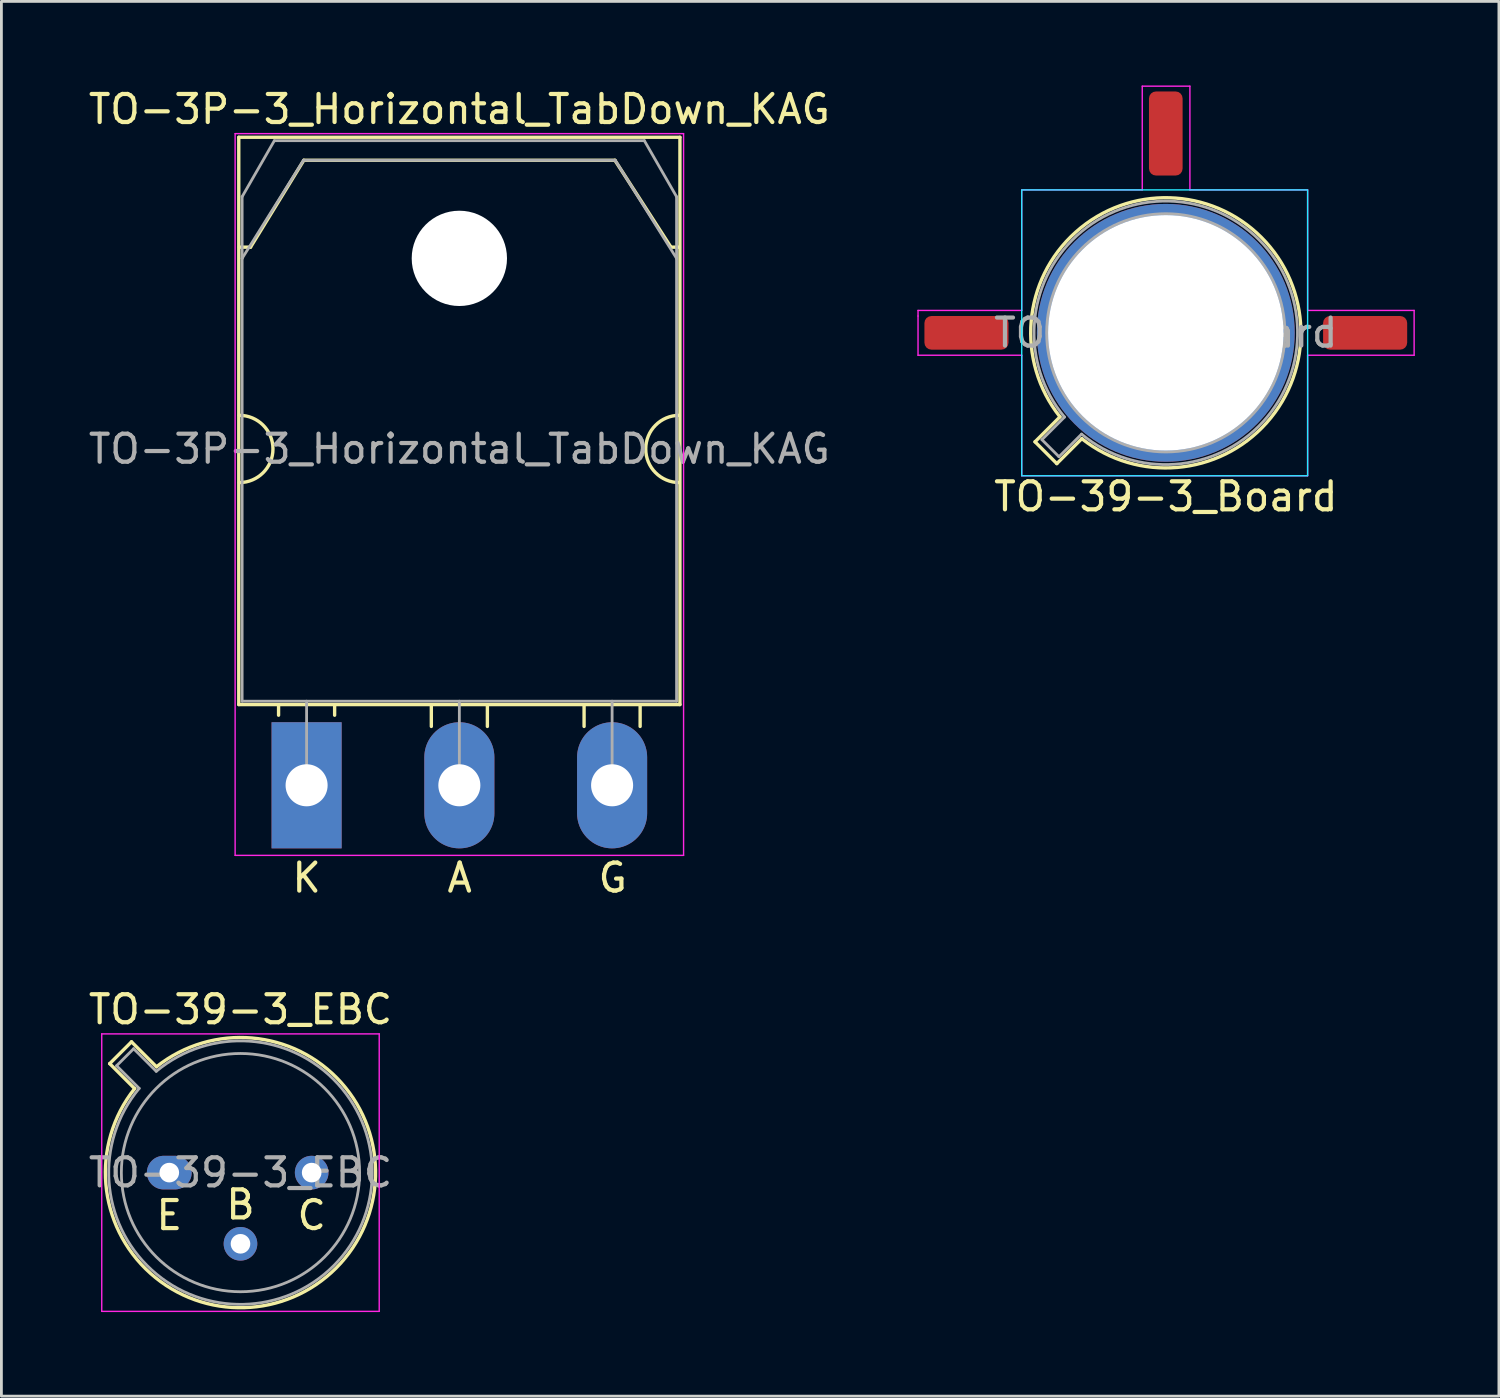
<source format=kicad_pcb>
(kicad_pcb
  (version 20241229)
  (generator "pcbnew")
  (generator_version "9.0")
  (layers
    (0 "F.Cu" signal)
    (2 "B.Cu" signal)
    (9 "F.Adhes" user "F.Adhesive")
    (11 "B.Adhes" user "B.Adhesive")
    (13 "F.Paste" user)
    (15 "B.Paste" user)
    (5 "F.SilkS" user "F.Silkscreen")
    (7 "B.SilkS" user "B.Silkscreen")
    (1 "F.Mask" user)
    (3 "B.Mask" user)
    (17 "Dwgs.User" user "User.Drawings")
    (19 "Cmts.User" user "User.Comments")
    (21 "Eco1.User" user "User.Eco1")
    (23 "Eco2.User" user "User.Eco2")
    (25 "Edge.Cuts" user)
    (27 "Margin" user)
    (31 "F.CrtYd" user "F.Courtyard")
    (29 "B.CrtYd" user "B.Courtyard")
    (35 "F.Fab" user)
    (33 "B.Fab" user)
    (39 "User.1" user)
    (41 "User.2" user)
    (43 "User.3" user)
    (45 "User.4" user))
  (footprint "TO-39-3_Board"
    (layer "F.Cu")
    (at 36.004 8.825)
    (property "Reference" "TO-39-3_Board" (at 2.54 5.842 0) (layer "F.SilkS") (effects (font (size 1 1) (thickness 0.15))))
    (attr through_hole)
    (fp_line (start -2.126 3.888) (end -1.235 2.997) (stroke (width 0.12) (type solid)) (layer "F.SilkS"))
    (fp_line (start -1.348 4.666) (end -2.126 3.888) (stroke (width 0.12) (type solid)) (layer "F.SilkS"))
    (fp_line (start -0.457 3.775) (end -1.348 4.666) (stroke (width 0.12) (type solid)) (layer "F.SilkS"))
    (fp_arc (start -1.234674 2.997371) (mid 5.948125 -3.408384) (end -0.457084 3.774902) (stroke (width 0.12) (type solid)) (layer "F.SilkS"))
    (fp_rect (start -2.6 -5.1) (end 7.6 5.1) (stroke (width 0.05) (type solid)) (fill no) (layer "B.CrtYd"))
    (fp_line (start -6.3 -0.8) (end -6.3 -0.6) (stroke (width 0.05) (type solid)) (layer "F.CrtYd"))
    (fp_line (start -6.3 -0.6) (end -6.3 0.8) (stroke (width 0.05) (type solid)) (layer "F.CrtYd"))
    (fp_line (start -6.3 0.8) (end -2.6 0.8) (stroke (width 0.05) (type solid)) (layer "F.CrtYd"))
    (fp_line (start -2.6 -5.1) (end -2.6 -0.8) (stroke (width 0.05) (type solid)) (layer "F.CrtYd"))
    (fp_line (start -2.6 -0.8) (end -6.3 -0.8) (stroke (width 0.05) (type solid)) (layer "F.CrtYd"))
    (fp_line (start -2.6 0.8) (end -2.6 5.1) (stroke (width 0.05) (type solid)) (layer "F.CrtYd"))
    (fp_line (start -2.6 5.1) (end 7.6 5.1) (stroke (width 0.05) (type solid)) (layer "F.CrtYd"))
    (fp_line (start 1.7 -8.8) (end 1.7 -5.1) (stroke (width 0.05) (type solid)) (layer "F.CrtYd"))
    (fp_line (start 1.7 -5.1) (end -2.6 -5.1) (stroke (width 0.05) (type solid)) (layer "F.CrtYd"))
    (fp_line (start 3.4 -8.8) (end 1.7 -8.8) (stroke (width 0.05) (type solid)) (layer "F.CrtYd"))
    (fp_line (start 3.4 -5.1) (end 3.4 -8.8) (stroke (width 0.05) (type solid)) (layer "F.CrtYd"))
    (fp_line (start 7.6 -5.1) (end 3.4 -5.1) (stroke (width 0.05) (type solid)) (layer "F.CrtYd"))
    (fp_line (start 7.6 -0.8) (end 7.6 -5.1) (stroke (width 0.05) (type solid)) (layer "F.CrtYd"))
    (fp_line (start 7.6 0.8) (end 11.4 0.8) (stroke (width 0.05) (type solid)) (layer "F.CrtYd"))
    (fp_line (start 7.6 5.1) (end 7.6 0.8) (stroke (width 0.05) (type solid)) (layer "F.CrtYd"))
    (fp_line (start 11.4 -0.8) (end 7.6 -0.8) (stroke (width 0.05) (type solid)) (layer "F.CrtYd"))
    (fp_line (start 11.4 0.8) (end 11.4 -0.8) (stroke (width 0.05) (type solid)) (layer "F.CrtYd"))
    (fp_line (start -1.88 3.812) (end -1.074 3.005) (stroke (width 0.1) (type solid)) (layer "F.Fab"))
    (fp_line (start -1.272 4.42) (end -1.88 3.812) (stroke (width 0.1) (type solid)) (layer "F.Fab"))
    (fp_line (start -0.465 3.614) (end -1.272 4.42) (stroke (width 0.1) (type solid)) (layer "F.Fab"))
    (fp_arc (start -1.073594 3.005319) (mid 5.863443 -3.323361) (end -0.465408 3.61352) (stroke (width 0.1) (type solid)) (layer "F.Fab"))
    (fp_circle (center 2.54 0) (end 6.79 0) (stroke (width 0.1) (type solid)) (fill no) (layer "F.Fab"))
    (fp_text user "${REFERENCE}" (at 2.54 0 0) (layer "F.Fab") (effects (font (size 1 1) (thickness 0.15))))
    (pad "1" smd roundrect (at -4.572 0) (size 3 1.2) (layers "F.Cu" "F.Mask" "F.Paste") (roundrect_rratio 0.208))
    (pad "2" smd roundrect (at 2.54 -7.112) (size 1.2 3) (layers "F.Cu" "F.Mask" "F.Paste") (roundrect_rratio 0.208))
    (pad "3" thru_hole circle (at 2.54 0) (size 9.2 9.2) (drill 8.4) (layers "*.Cu" "*.Mask"))
    (pad "3" smd roundrect (at 9.652 0) (size 3 1.2) (layers "F.Cu" "F.Mask" "F.Paste") (roundrect_rratio 0.208)))
  (footprint "TO-3P-3_Horizontal_TabDown_KAG"
    (layer "F.Cu")
    (at 7.889 24.968)
    (property "Reference" "TO-3P-3_Horizontal_TabDown_KAG" (at 5.45 -24.12 0) (layer "F.SilkS") (effects (font (size 1 1) (thickness 0.15))))
    (fp_line (start -2.42 -23.12) (end -2.42 -2.88) (stroke (width 0.12) (type solid)) (layer "F.SilkS"))
    (fp_line (start -2.42 -23.12) (end 13.32 -23.12) (stroke (width 0.12) (type solid)) (layer "F.SilkS"))
    (fp_line (start -2.42 -2.88) (end 13.32 -2.88) (stroke (width 0.12) (type solid)) (layer "F.SilkS"))
    (fp_line (start -2 -19.2) (end -2.4 -19.2) (stroke (width 0.12) (type solid)) (layer "F.SilkS"))
    (fp_line (start -2 -19.2) (end -0.1 -22.3) (stroke (width 0.12) (type solid)) (layer "F.SilkS"))
    (fp_line (start -1 -2.85) (end -1 -2.5) (stroke (width 0.12) (type solid)) (layer "F.SilkS"))
    (fp_line (start -0.1 -22.3) (end 11 -22.3) (stroke (width 0.12) (type solid)) (layer "F.SilkS"))
    (fp_line (start 1 -2.85) (end 1 -2.5) (stroke (width 0.12) (type solid)) (layer "F.SilkS"))
    (fp_line (start 4.45 -2.85) (end 4.45 -2.1) (stroke (width 0.12) (type solid)) (layer "F.SilkS"))
    (fp_line (start 6.45 -2.85) (end 6.45 -2.1) (stroke (width 0.12) (type solid)) (layer "F.SilkS"))
    (fp_line (start 9.9 -2.85) (end 9.9 -2.1) (stroke (width 0.12) (type solid)) (layer "F.SilkS"))
    (fp_line (start 11 -22.3) (end 13 -19.2) (stroke (width 0.12) (type solid)) (layer "F.SilkS"))
    (fp_line (start 11.9 -2.85) (end 11.9 -2.1) (stroke (width 0.12) (type solid)) (layer "F.SilkS"))
    (fp_line (start 13 -19.2) (end 13.3 -19.2) (stroke (width 0.12) (type solid)) (layer "F.SilkS"))
    (fp_line (start 13.32 -23.12) (end 13.32 -2.88) (stroke (width 0.12) (type solid)) (layer "F.SilkS"))
    (fp_arc (start -2.4 -13.2) (mid -1.2 -12) (end -2.4 -10.8) (stroke (width 0.12) (type solid)) (layer "F.SilkS"))
    (fp_arc (start 13.3 -10.8) (mid 12.1 -12) (end 13.3 -13.2) (stroke (width 0.12) (type solid)) (layer "F.SilkS"))
    (fp_line (start -2.55 -23.25) (end -2.55 2.5) (stroke (width 0.05) (type solid)) (layer "F.CrtYd"))
    (fp_line (start -2.55 2.5) (end 13.45 2.5) (stroke (width 0.05) (type solid)) (layer "F.CrtYd"))
    (fp_line (start 13.45 -23.25) (end -2.55 -23.25) (stroke (width 0.05) (type solid)) (layer "F.CrtYd"))
    (fp_line (start 13.45 2.5) (end 13.45 -23.25) (stroke (width 0.05) (type solid)) (layer "F.CrtYd"))
    (fp_line (start -2.3 -21) (end -1.15 -23) (stroke (width 0.1) (type solid)) (layer "F.Fab"))
    (fp_line (start -2.3 -18.8) (end -2.3 -21) (stroke (width 0.1) (type solid)) (layer "F.Fab"))
    (fp_line (start -2.3 -18.8) (end -0.11 -22.3) (stroke (width 0.1) (type solid)) (layer "F.Fab"))
    (fp_line (start -2.3 -3) (end -2.3 -18.8) (stroke (width 0.1) (type solid)) (layer "F.Fab"))
    (fp_line (start -1.15 -23) (end 12.05 -23) (stroke (width 0.1) (type solid)) (layer "F.Fab"))
    (fp_line (start -0.11 -22.3) (end 11.01 -22.3) (stroke (width 0.1) (type solid)) (layer "F.Fab"))
    (fp_line (start 0 -3) (end 0 0) (stroke (width 0.1) (type solid)) (layer "F.Fab"))
    (fp_line (start 5.45 -3) (end 5.45 0) (stroke (width 0.1) (type solid)) (layer "F.Fab"))
    (fp_line (start 10.9 -3) (end 10.9 0) (stroke (width 0.1) (type solid)) (layer "F.Fab"))
    (fp_line (start 11.01 -22.3) (end 13.2 -18.8) (stroke (width 0.1) (type solid)) (layer "F.Fab"))
    (fp_line (start 12.05 -23) (end 13.2 -21) (stroke (width 0.1) (type solid)) (layer "F.Fab"))
    (fp_line (start 13.2 -21) (end 13.2 -18.8) (stroke (width 0.1) (type solid)) (layer "F.Fab"))
    (fp_line (start 13.2 -18.8) (end 13.2 -3) (stroke (width 0.1) (type solid)) (layer "F.Fab"))
    (fp_line (start 13.2 -3) (end -2.3 -3) (stroke (width 0.1) (type solid)) (layer "F.Fab"))
    (fp_circle (center 5.45 -18.8) (end 7.05 -18.8) (stroke (width 0.1) (type solid)) (fill no) (layer "F.Fab"))
    (fp_text user "K" (at 0 3.302 0) (layer "F.SilkS") (effects (font (size 1 1) (thickness 0.15))))
    (fp_text user "A" (at 5.461 3.302 0) (layer "F.SilkS") (effects (font (size 1 1) (thickness 0.15))))
    (fp_text user "G" (at 10.922 3.302 0) (layer "F.SilkS") (effects (font (size 1 1) (thickness 0.15))))
    (fp_text user "${REFERENCE}" (at 5.45 -12 0) (layer "F.Fab") (effects (font (size 1 1) (thickness 0.15))))
    (pad "" np_thru_hole oval (at 5.45 -18.8) (size 3.4 3.4) (drill 3.4) (layers "*.Cu" "*.Mask"))
    (pad "1" thru_hole rect (at 0 0) (size 2.5 4.5) (drill 1.5) (layers "*.Cu" "*.Mask"))
    (pad "2" thru_hole oval (at 5.45 0) (size 2.5 4.5) (drill 1.5) (layers "*.Cu" "*.Mask"))
    (pad "3" thru_hole oval (at 10.9 0) (size 2.5 4.5) (drill 1.5) (layers "*.Cu" "*.Mask")))
  (footprint "TO-39-3_EBC"
    (layer "F.Cu")
    (at 2.99 38.787)
    (property "Reference" "TO-39-3_EBC" (at 2.54 -5.82 0) (layer "F.SilkS") (effects (font (size 1 1) (thickness 0.15))))
    (fp_line (start -2.126 -3.888) (end -1.235 -2.997) (stroke (width 0.12) (type solid)) (layer "F.SilkS"))
    (fp_line (start -1.348 -4.666) (end -2.126 -3.888) (stroke (width 0.12) (type solid)) (layer "F.SilkS"))
    (fp_line (start -0.457 -3.775) (end -1.348 -4.666) (stroke (width 0.12) (type solid)) (layer "F.SilkS"))
    (fp_arc (start -0.457084 -3.774902) (mid 5.948125 3.408384) (end -1.234674 -2.997371) (stroke (width 0.12) (type solid)) (layer "F.SilkS"))
    (fp_line (start -2.41 -4.95) (end -2.41 4.95) (stroke (width 0.05) (type solid)) (layer "F.CrtYd"))
    (fp_line (start -2.41 4.95) (end 7.49 4.95) (stroke (width 0.05) (type solid)) (layer "F.CrtYd"))
    (fp_line (start 7.49 -4.95) (end -2.41 -4.95) (stroke (width 0.05) (type solid)) (layer "F.CrtYd"))
    (fp_line (start 7.49 4.95) (end 7.49 -4.95) (stroke (width 0.05) (type solid)) (layer "F.CrtYd"))
    (fp_line (start -1.88 -3.812) (end -1.074 -3.005) (stroke (width 0.1) (type solid)) (layer "F.Fab"))
    (fp_line (start -1.272 -4.42) (end -1.88 -3.812) (stroke (width 0.1) (type solid)) (layer "F.Fab"))
    (fp_line (start -0.465 -3.614) (end -1.272 -4.42) (stroke (width 0.1) (type solid)) (layer "F.Fab"))
    (fp_arc (start -0.465408 -3.61352) (mid 5.863443 3.323361) (end -1.073594 -3.005319) (stroke (width 0.1) (type solid)) (layer "F.Fab"))
    (fp_circle (center 2.54 0) (end 6.79 0) (stroke (width 0.1) (type solid)) (fill no) (layer "F.Fab"))
    (fp_text user "E" (at 0 1.524 0) (unlocked yes) (layer "F.SilkS") (effects (font (size 1 1) (thickness 0.15))))
    (fp_text user "C" (at 5.08 1.524 0) (unlocked yes) (layer "F.SilkS") (effects (font (size 1 1) (thickness 0.15))))
    (fp_text user "B" (at 2.54 1.143 0) (unlocked yes) (layer "F.SilkS") (effects (font (size 1 1) (thickness 0.15))))
    (fp_text user "${REFERENCE}" (at 2.54 0 0) (layer "F.Fab") (effects (font (size 1 1) (thickness 0.15))))
    (pad "1" thru_hole oval (at 0 0) (size 1.6 1.2) (drill 0.7) (layers "*.Cu" "*.Mask"))
    (pad "2" thru_hole oval (at 2.54 2.54) (size 1.2 1.2) (drill 0.7) (layers "*.Cu" "*.Mask"))
    (pad "3" thru_hole oval (at 5.08 0) (size 1.2 1.2) (drill 0.7) (layers "*.Cu" "*.Mask")))
  (gr_rect
    (start -3 -3)
    (end 50.429 46.762)
    (stroke (width 0.1) (type default))
    (fill no)
    (layer "Edge.Cuts")))
</source>
